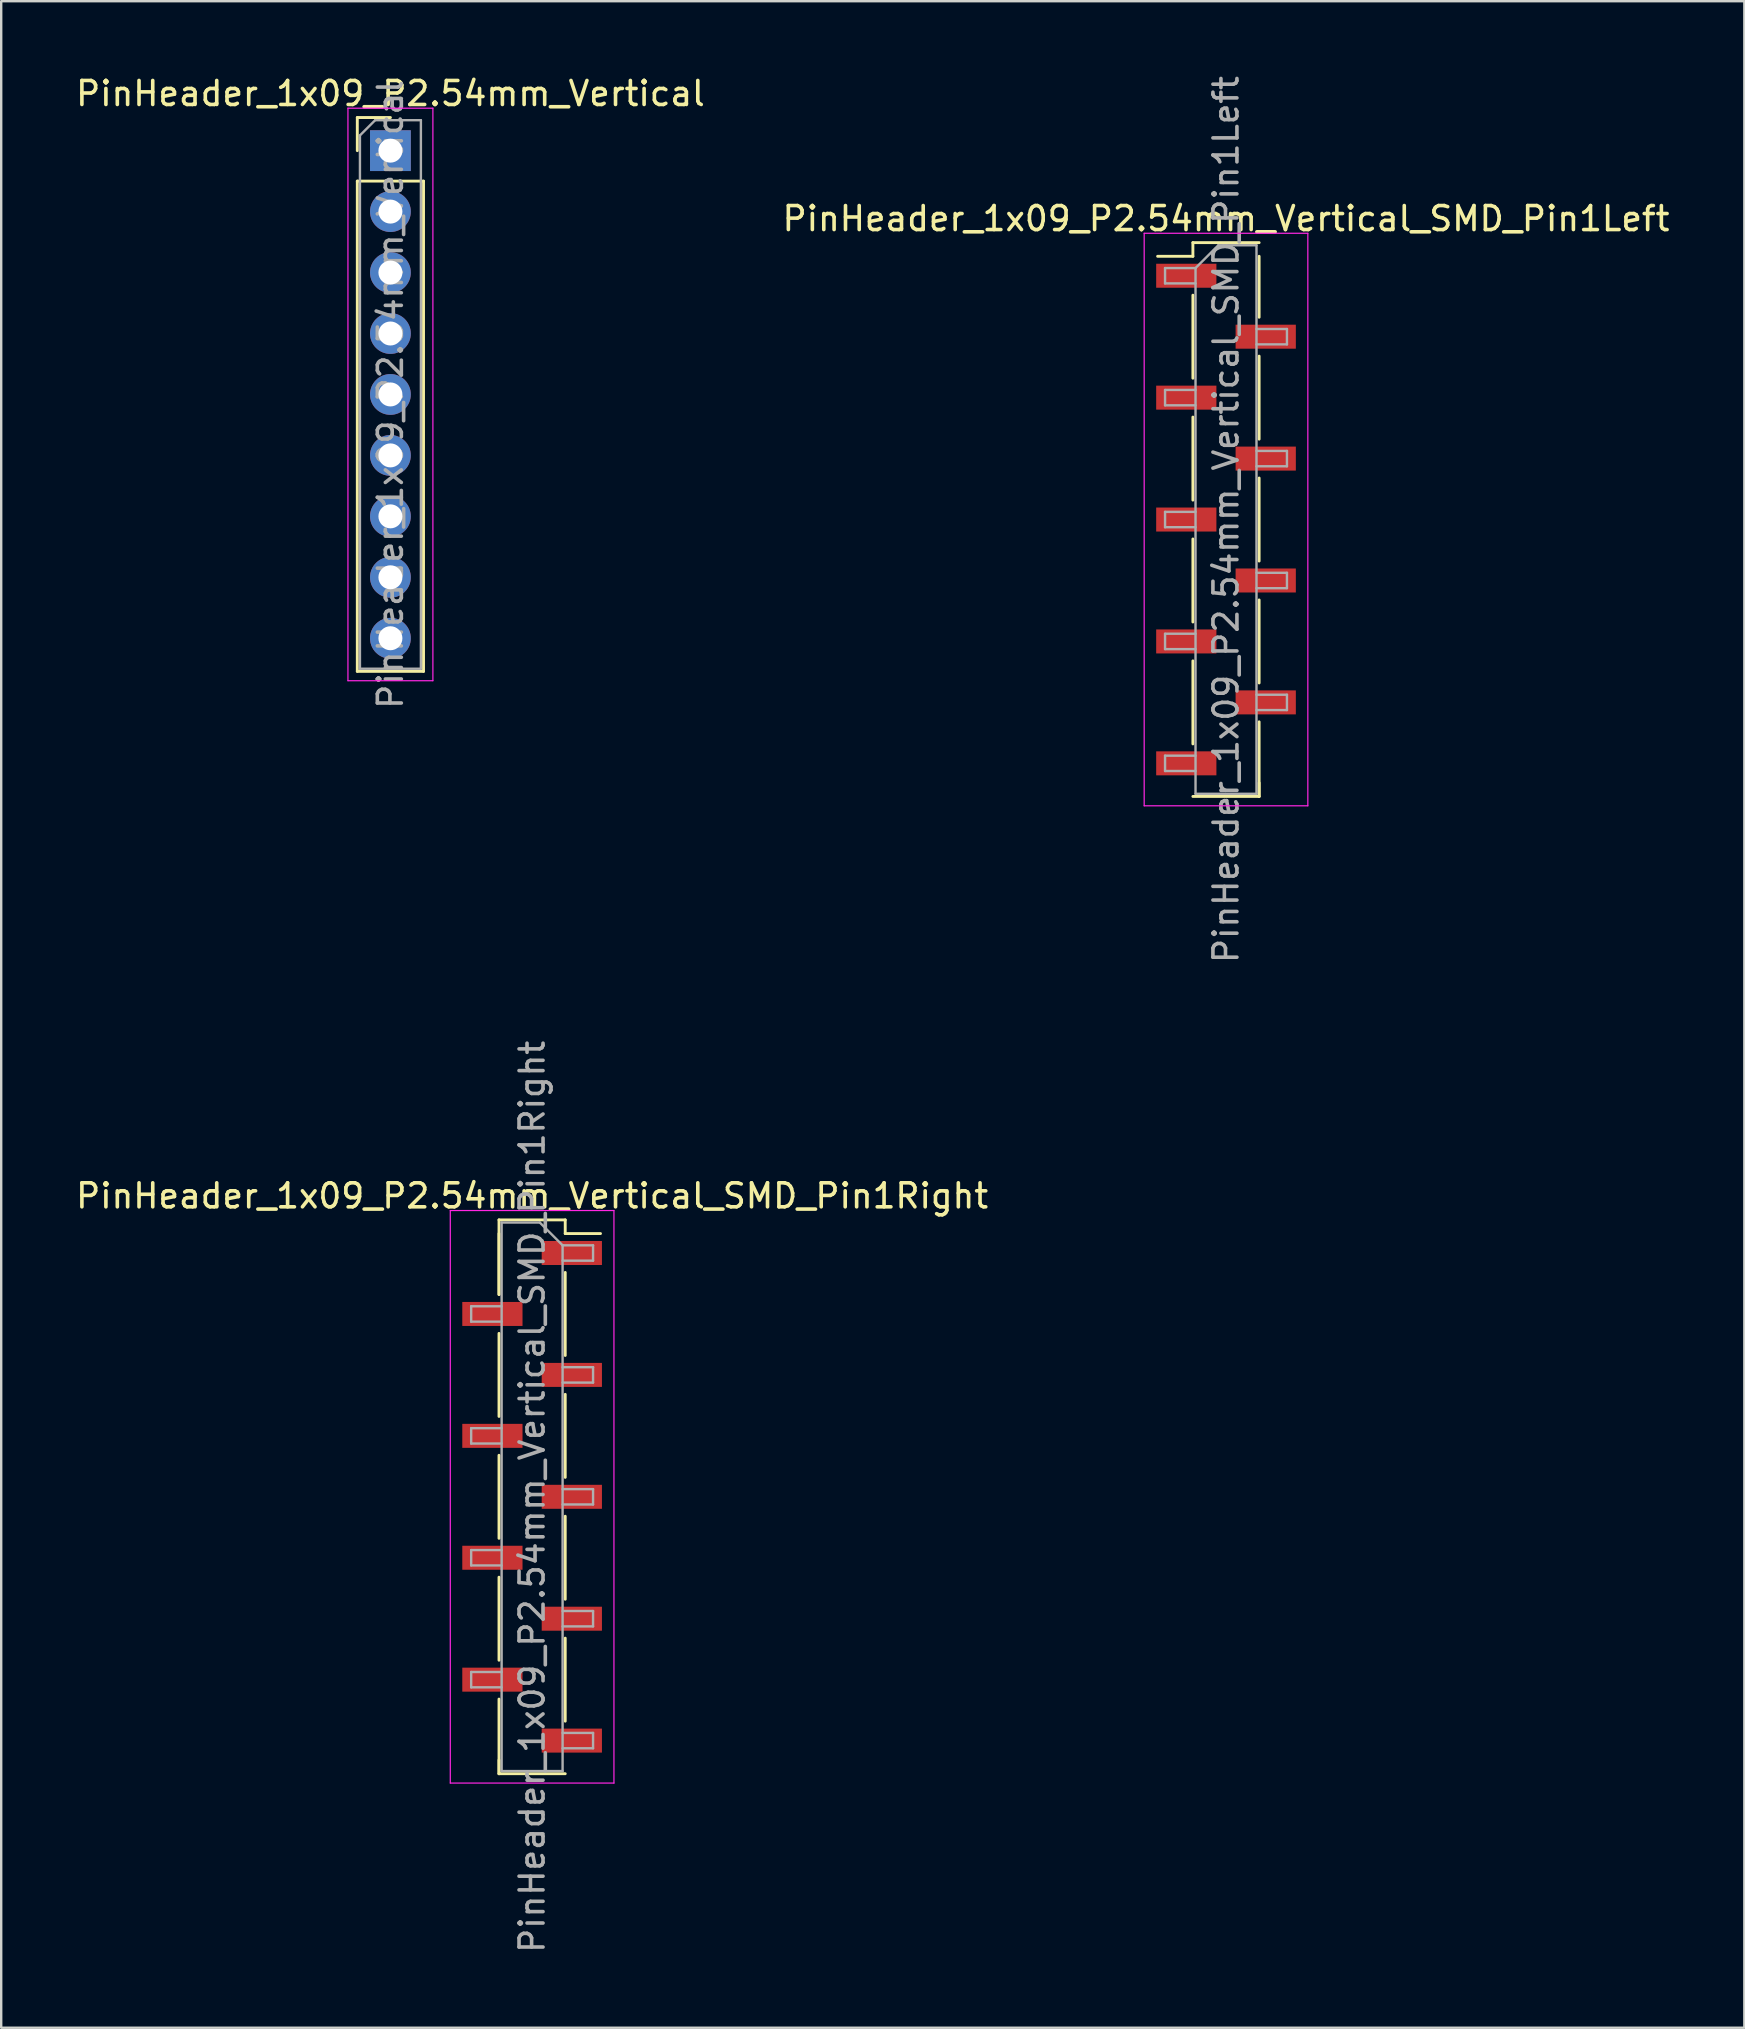
<source format=kicad_pcb>
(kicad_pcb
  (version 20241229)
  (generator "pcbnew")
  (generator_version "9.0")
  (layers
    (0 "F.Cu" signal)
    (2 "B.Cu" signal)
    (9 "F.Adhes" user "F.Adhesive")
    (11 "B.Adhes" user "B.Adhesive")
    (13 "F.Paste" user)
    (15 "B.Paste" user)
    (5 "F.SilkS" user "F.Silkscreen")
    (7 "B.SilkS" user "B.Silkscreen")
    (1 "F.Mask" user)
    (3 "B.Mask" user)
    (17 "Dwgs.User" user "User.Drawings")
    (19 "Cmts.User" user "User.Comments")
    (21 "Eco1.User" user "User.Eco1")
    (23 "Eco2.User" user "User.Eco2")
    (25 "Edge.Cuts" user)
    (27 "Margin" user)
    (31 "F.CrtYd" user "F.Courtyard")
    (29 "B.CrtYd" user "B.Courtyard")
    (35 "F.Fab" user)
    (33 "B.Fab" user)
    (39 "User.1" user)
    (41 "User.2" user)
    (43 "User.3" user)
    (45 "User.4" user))
  (footprint "PinHeader_1x09_P2.54mm_Vertical_SMD_Pin1Right"
    (layer "F.Cu")
    (at 19.125 59.327)
    (property "Reference" "PinHeader_1x09_P2.54mm_Vertical_SMD_Pin1Right" (at 0 -12.54 0) (layer "F.SilkS") (effects (font (size 1 1) (thickness 0.15))))
    (attr smd)
    (fp_line (start -1.38 -11.54) (end -1.38 -8.43) (stroke (width 0.12) (type solid)) (layer "F.SilkS"))
    (fp_line (start -1.38 -11.54) (end 1.38 -11.54) (stroke (width 0.12) (type solid)) (layer "F.SilkS"))
    (fp_line (start -1.38 -10.97) (end -1.38 -8.43) (stroke (width 0.12) (type solid)) (layer "F.SilkS"))
    (fp_line (start -1.38 -6.81) (end -1.38 -3.35) (stroke (width 0.12) (type solid)) (layer "F.SilkS"))
    (fp_line (start -1.38 -1.73) (end -1.38 1.73) (stroke (width 0.12) (type solid)) (layer "F.SilkS"))
    (fp_line (start -1.38 3.35) (end -1.38 6.81) (stroke (width 0.12) (type solid)) (layer "F.SilkS"))
    (fp_line (start -1.38 8.43) (end -1.38 11.54) (stroke (width 0.12) (type solid)) (layer "F.SilkS"))
    (fp_line (start -1.38 10.97) (end -1.38 11.54) (stroke (width 0.12) (type solid)) (layer "F.SilkS"))
    (fp_line (start -1.38 11.54) (end 1.38 11.54) (stroke (width 0.12) (type solid)) (layer "F.SilkS"))
    (fp_line (start 1.38 -11.54) (end 1.38 -10.97) (stroke (width 0.12) (type solid)) (layer "F.SilkS"))
    (fp_line (start 1.38 -10.97) (end 2.85 -10.97) (stroke (width 0.12) (type solid)) (layer "F.SilkS"))
    (fp_line (start 1.38 -9.35) (end 1.38 -5.89) (stroke (width 0.12) (type solid)) (layer "F.SilkS"))
    (fp_line (start 1.38 -4.27) (end 1.38 -0.81) (stroke (width 0.12) (type solid)) (layer "F.SilkS"))
    (fp_line (start 1.38 0.81) (end 1.38 4.27) (stroke (width 0.12) (type solid)) (layer "F.SilkS"))
    (fp_line (start 1.38 5.89) (end 1.38 9.35) (stroke (width 0.12) (type solid)) (layer "F.SilkS"))
    (fp_line (start -3.41 -11.93) (end -3.41 11.93) (stroke (width 0.05) (type solid)) (layer "F.CrtYd"))
    (fp_line (start -3.41 11.93) (end 3.41 11.93) (stroke (width 0.05) (type solid)) (layer "F.CrtYd"))
    (fp_line (start 3.41 -11.93) (end -3.41 -11.93) (stroke (width 0.05) (type solid)) (layer "F.CrtYd"))
    (fp_line (start 3.41 11.93) (end 3.41 -11.93) (stroke (width 0.05) (type solid)) (layer "F.CrtYd"))
    (fp_line (start -2.54 -7.94) (end -2.54 -7.3) (stroke (width 0.1) (type solid)) (layer "F.Fab"))
    (fp_line (start -2.54 -7.3) (end -1.27 -7.3) (stroke (width 0.1) (type solid)) (layer "F.Fab"))
    (fp_line (start -2.54 -2.86) (end -2.54 -2.22) (stroke (width 0.1) (type solid)) (layer "F.Fab"))
    (fp_line (start -2.54 -2.22) (end -1.27 -2.22) (stroke (width 0.1) (type solid)) (layer "F.Fab"))
    (fp_line (start -2.54 2.22) (end -2.54 2.86) (stroke (width 0.1) (type solid)) (layer "F.Fab"))
    (fp_line (start -2.54 2.86) (end -1.27 2.86) (stroke (width 0.1) (type solid)) (layer "F.Fab"))
    (fp_line (start -2.54 7.3) (end -2.54 7.94) (stroke (width 0.1) (type solid)) (layer "F.Fab"))
    (fp_line (start -2.54 7.94) (end -1.27 7.94) (stroke (width 0.1) (type solid)) (layer "F.Fab"))
    (fp_line (start -1.27 -11.43) (end -1.27 11.43) (stroke (width 0.1) (type solid)) (layer "F.Fab"))
    (fp_line (start -1.27 -11.43) (end 0.32 -11.43) (stroke (width 0.1) (type solid)) (layer "F.Fab"))
    (fp_line (start -1.27 -7.94) (end -2.54 -7.94) (stroke (width 0.1) (type solid)) (layer "F.Fab"))
    (fp_line (start -1.27 -2.86) (end -2.54 -2.86) (stroke (width 0.1) (type solid)) (layer "F.Fab"))
    (fp_line (start -1.27 2.22) (end -2.54 2.22) (stroke (width 0.1) (type solid)) (layer "F.Fab"))
    (fp_line (start -1.27 7.3) (end -2.54 7.3) (stroke (width 0.1) (type solid)) (layer "F.Fab"))
    (fp_line (start 1.27 -10.48) (end 0.32 -11.43) (stroke (width 0.1) (type solid)) (layer "F.Fab"))
    (fp_line (start 1.27 -10.48) (end 2.54 -10.48) (stroke (width 0.1) (type solid)) (layer "F.Fab"))
    (fp_line (start 1.27 -5.4) (end 2.54 -5.4) (stroke (width 0.1) (type solid)) (layer "F.Fab"))
    (fp_line (start 1.27 -0.32) (end 2.54 -0.32) (stroke (width 0.1) (type solid)) (layer "F.Fab"))
    (fp_line (start 1.27 4.76) (end 2.54 4.76) (stroke (width 0.1) (type solid)) (layer "F.Fab"))
    (fp_line (start 1.27 9.84) (end 2.54 9.84) (stroke (width 0.1) (type solid)) (layer "F.Fab"))
    (fp_line (start 1.27 11.43) (end -1.27 11.43) (stroke (width 0.1) (type solid)) (layer "F.Fab"))
    (fp_line (start 1.27 11.43) (end 1.27 -10.48) (stroke (width 0.1) (type solid)) (layer "F.Fab"))
    (fp_line (start 2.54 -10.48) (end 2.54 -9.84) (stroke (width 0.1) (type solid)) (layer "F.Fab"))
    (fp_line (start 2.54 -9.84) (end 1.27 -9.84) (stroke (width 0.1) (type solid)) (layer "F.Fab"))
    (fp_line (start 2.54 -5.4) (end 2.54 -4.76) (stroke (width 0.1) (type solid)) (layer "F.Fab"))
    (fp_line (start 2.54 -4.76) (end 1.27 -4.76) (stroke (width 0.1) (type solid)) (layer "F.Fab"))
    (fp_line (start 2.54 -0.32) (end 2.54 0.32) (stroke (width 0.1) (type solid)) (layer "F.Fab"))
    (fp_line (start 2.54 0.32) (end 1.27 0.32) (stroke (width 0.1) (type solid)) (layer "F.Fab"))
    (fp_line (start 2.54 4.76) (end 2.54 5.4) (stroke (width 0.1) (type solid)) (layer "F.Fab"))
    (fp_line (start 2.54 5.4) (end 1.27 5.4) (stroke (width 0.1) (type solid)) (layer "F.Fab"))
    (fp_line (start 2.54 9.84) (end 2.54 10.48) (stroke (width 0.1) (type solid)) (layer "F.Fab"))
    (fp_line (start 2.54 10.48) (end 1.27 10.48) (stroke (width 0.1) (type solid)) (layer "F.Fab"))
    (fp_text user "${REFERENCE}" (at 0 0 90) (layer "F.Fab") (effects (font (size 1 1) (thickness 0.15))))
    (pad "1" smd rect (at 1.655 -10.16) (size 2.51 1) (layers "F.Cu" "F.Mask" "F.Paste"))
    (pad "2" smd rect (at -1.655 -7.62) (size 2.51 1) (layers "F.Cu" "F.Mask" "F.Paste"))
    (pad "3" smd rect (at 1.655 -5.08) (size 2.51 1) (layers "F.Cu" "F.Mask" "F.Paste"))
    (pad "4" smd rect (at -1.655 -2.54) (size 2.51 1) (layers "F.Cu" "F.Mask" "F.Paste"))
    (pad "5" smd rect (at 1.655 0) (size 2.51 1) (layers "F.Cu" "F.Mask" "F.Paste"))
    (pad "6" smd rect (at -1.655 2.54) (size 2.51 1) (layers "F.Cu" "F.Mask" "F.Paste"))
    (pad "7" smd rect (at 1.655 5.08) (size 2.51 1) (layers "F.Cu" "F.Mask" "F.Paste"))
    (pad "8" smd rect (at -1.655 7.62) (size 2.51 1) (layers "F.Cu" "F.Mask" "F.Paste"))
    (pad "9" smd rect (at 1.655 10.16) (size 2.51 1) (layers "F.Cu" "F.Mask" "F.Paste")))
  (footprint "PinHeader_1x09_P2.54mm_Vertical_SMD_Pin1Left"
    (layer "F.Cu")
    (at 48.042 18.601)
    (property "Reference" "PinHeader_1x09_P2.54mm_Vertical_SMD_Pin1Left" (at 0 -12.54 0) (layer "F.SilkS") (effects (font (size 1 1) (thickness 0.15))))
    (attr smd)
    (fp_line (start -1.38 -11.54) (end -1.38 -10.97) (stroke (width 0.12) (type solid)) (layer "F.SilkS"))
    (fp_line (start -1.38 -11.54) (end 1.38 -11.54) (stroke (width 0.12) (type solid)) (layer "F.SilkS"))
    (fp_line (start -1.38 -10.97) (end -2.85 -10.97) (stroke (width 0.12) (type solid)) (layer "F.SilkS"))
    (fp_line (start -1.38 -9.35) (end -1.38 -5.89) (stroke (width 0.12) (type solid)) (layer "F.SilkS"))
    (fp_line (start -1.38 -4.27) (end -1.38 -0.81) (stroke (width 0.12) (type solid)) (layer "F.SilkS"))
    (fp_line (start -1.38 0.81) (end -1.38 4.27) (stroke (width 0.12) (type solid)) (layer "F.SilkS"))
    (fp_line (start -1.38 5.89) (end -1.38 9.35) (stroke (width 0.12) (type solid)) (layer "F.SilkS"))
    (fp_line (start -1.38 11.54) (end 1.38 11.54) (stroke (width 0.12) (type solid)) (layer "F.SilkS"))
    (fp_line (start 1.38 -10.97) (end 1.38 -8.43) (stroke (width 0.12) (type solid)) (layer "F.SilkS"))
    (fp_line (start 1.38 -6.81) (end 1.38 -3.35) (stroke (width 0.12) (type solid)) (layer "F.SilkS"))
    (fp_line (start 1.38 -1.73) (end 1.38 1.73) (stroke (width 0.12) (type solid)) (layer "F.SilkS"))
    (fp_line (start 1.38 3.35) (end 1.38 6.81) (stroke (width 0.12) (type solid)) (layer "F.SilkS"))
    (fp_line (start 1.38 8.43) (end 1.38 11.54) (stroke (width 0.12) (type solid)) (layer "F.SilkS"))
    (fp_line (start 1.38 10.97) (end 1.38 11.54) (stroke (width 0.12) (type solid)) (layer "F.SilkS"))
    (fp_line (start -3.41 -11.93) (end -3.41 11.93) (stroke (width 0.05) (type solid)) (layer "F.CrtYd"))
    (fp_line (start -3.41 11.93) (end 3.41 11.93) (stroke (width 0.05) (type solid)) (layer "F.CrtYd"))
    (fp_line (start 3.41 -11.93) (end -3.41 -11.93) (stroke (width 0.05) (type solid)) (layer "F.CrtYd"))
    (fp_line (start 3.41 11.93) (end 3.41 -11.93) (stroke (width 0.05) (type solid)) (layer "F.CrtYd"))
    (fp_line (start -2.54 -10.48) (end -2.54 -9.84) (stroke (width 0.1) (type solid)) (layer "F.Fab"))
    (fp_line (start -2.54 -9.84) (end -1.27 -9.84) (stroke (width 0.1) (type solid)) (layer "F.Fab"))
    (fp_line (start -2.54 -5.4) (end -2.54 -4.76) (stroke (width 0.1) (type solid)) (layer "F.Fab"))
    (fp_line (start -2.54 -4.76) (end -1.27 -4.76) (stroke (width 0.1) (type solid)) (layer "F.Fab"))
    (fp_line (start -2.54 -0.32) (end -2.54 0.32) (stroke (width 0.1) (type solid)) (layer "F.Fab"))
    (fp_line (start -2.54 0.32) (end -1.27 0.32) (stroke (width 0.1) (type solid)) (layer "F.Fab"))
    (fp_line (start -2.54 4.76) (end -2.54 5.4) (stroke (width 0.1) (type solid)) (layer "F.Fab"))
    (fp_line (start -2.54 5.4) (end -1.27 5.4) (stroke (width 0.1) (type solid)) (layer "F.Fab"))
    (fp_line (start -2.54 9.84) (end -2.54 10.48) (stroke (width 0.1) (type solid)) (layer "F.Fab"))
    (fp_line (start -2.54 10.48) (end -1.27 10.48) (stroke (width 0.1) (type solid)) (layer "F.Fab"))
    (fp_line (start -1.27 -10.48) (end -2.54 -10.48) (stroke (width 0.1) (type solid)) (layer "F.Fab"))
    (fp_line (start -1.27 -10.48) (end -0.32 -11.43) (stroke (width 0.1) (type solid)) (layer "F.Fab"))
    (fp_line (start -1.27 -5.4) (end -2.54 -5.4) (stroke (width 0.1) (type solid)) (layer "F.Fab"))
    (fp_line (start -1.27 -0.32) (end -2.54 -0.32) (stroke (width 0.1) (type solid)) (layer "F.Fab"))
    (fp_line (start -1.27 4.76) (end -2.54 4.76) (stroke (width 0.1) (type solid)) (layer "F.Fab"))
    (fp_line (start -1.27 9.84) (end -2.54 9.84) (stroke (width 0.1) (type solid)) (layer "F.Fab"))
    (fp_line (start -1.27 11.43) (end -1.27 -10.48) (stroke (width 0.1) (type solid)) (layer "F.Fab"))
    (fp_line (start -0.32 -11.43) (end 1.27 -11.43) (stroke (width 0.1) (type solid)) (layer "F.Fab"))
    (fp_line (start 1.27 -11.43) (end 1.27 11.43) (stroke (width 0.1) (type solid)) (layer "F.Fab"))
    (fp_line (start 1.27 -7.94) (end 2.54 -7.94) (stroke (width 0.1) (type solid)) (layer "F.Fab"))
    (fp_line (start 1.27 -2.86) (end 2.54 -2.86) (stroke (width 0.1) (type solid)) (layer "F.Fab"))
    (fp_line (start 1.27 2.22) (end 2.54 2.22) (stroke (width 0.1) (type solid)) (layer "F.Fab"))
    (fp_line (start 1.27 7.3) (end 2.54 7.3) (stroke (width 0.1) (type solid)) (layer "F.Fab"))
    (fp_line (start 1.27 11.43) (end -1.27 11.43) (stroke (width 0.1) (type solid)) (layer "F.Fab"))
    (fp_line (start 2.54 -7.94) (end 2.54 -7.3) (stroke (width 0.1) (type solid)) (layer "F.Fab"))
    (fp_line (start 2.54 -7.3) (end 1.27 -7.3) (stroke (width 0.1) (type solid)) (layer "F.Fab"))
    (fp_line (start 2.54 -2.86) (end 2.54 -2.22) (stroke (width 0.1) (type solid)) (layer "F.Fab"))
    (fp_line (start 2.54 -2.22) (end 1.27 -2.22) (stroke (width 0.1) (type solid)) (layer "F.Fab"))
    (fp_line (start 2.54 2.22) (end 2.54 2.86) (stroke (width 0.1) (type solid)) (layer "F.Fab"))
    (fp_line (start 2.54 2.86) (end 1.27 2.86) (stroke (width 0.1) (type solid)) (layer "F.Fab"))
    (fp_line (start 2.54 7.3) (end 2.54 7.94) (stroke (width 0.1) (type solid)) (layer "F.Fab"))
    (fp_line (start 2.54 7.94) (end 1.27 7.94) (stroke (width 0.1) (type solid)) (layer "F.Fab"))
    (fp_text user "${REFERENCE}" (at 0 0 90) (layer "F.Fab") (effects (font (size 1 1) (thickness 0.15))))
    (pad "1" smd rect (at -1.655 -10.16) (size 2.51 1) (layers "F.Cu" "F.Mask" "F.Paste"))
    (pad "2" smd rect (at 1.655 -7.62) (size 2.51 1) (layers "F.Cu" "F.Mask" "F.Paste"))
    (pad "3" smd rect (at -1.655 -5.08) (size 2.51 1) (layers "F.Cu" "F.Mask" "F.Paste"))
    (pad "4" smd rect (at 1.655 -2.54) (size 2.51 1) (layers "F.Cu" "F.Mask" "F.Paste"))
    (pad "5" smd rect (at -1.655 0) (size 2.51 1) (layers "F.Cu" "F.Mask" "F.Paste"))
    (pad "6" smd rect (at 1.655 2.54) (size 2.51 1) (layers "F.Cu" "F.Mask" "F.Paste"))
    (pad "7" smd rect (at -1.655 5.08) (size 2.51 1) (layers "F.Cu" "F.Mask" "F.Paste"))
    (pad "8" smd rect (at 1.655 7.62) (size 2.51 1) (layers "F.Cu" "F.Mask" "F.Paste"))
    (pad "9" smd rect (at -1.655 10.16) (size 2.51 1) (layers "F.Cu" "F.Mask" "F.Paste")))
  (footprint "PinHeader_1x09_P2.54mm_Vertical"
    (layer "F.Cu")
    (at 13.22 3.228)
    (property "Reference" "PinHeader_1x09_P2.54mm_Vertical" (at 0 -2.38 0) (layer "F.SilkS") (effects (font (size 1 1) (thickness 0.15))))
    (attr through_hole)
    (fp_line (start -1.38 -1.38) (end 0 -1.38) (stroke (width 0.12) (type solid)) (layer "F.SilkS"))
    (fp_line (start -1.38 0) (end -1.38 -1.38) (stroke (width 0.12) (type solid)) (layer "F.SilkS"))
    (fp_line (start -1.38 1.27) (end -1.38 21.7) (stroke (width 0.12) (type solid)) (layer "F.SilkS"))
    (fp_line (start -1.38 1.27) (end 1.38 1.27) (stroke (width 0.12) (type solid)) (layer "F.SilkS"))
    (fp_line (start -1.38 21.7) (end 1.38 21.7) (stroke (width 0.12) (type solid)) (layer "F.SilkS"))
    (fp_line (start 1.38 1.27) (end 1.38 21.7) (stroke (width 0.12) (type solid)) (layer "F.SilkS"))
    (fp_line (start -1.77 -1.77) (end -1.77 22.09) (stroke (width 0.05) (type solid)) (layer "F.CrtYd"))
    (fp_line (start -1.77 22.09) (end 1.77 22.09) (stroke (width 0.05) (type solid)) (layer "F.CrtYd"))
    (fp_line (start 1.77 -1.77) (end -1.77 -1.77) (stroke (width 0.05) (type solid)) (layer "F.CrtYd"))
    (fp_line (start 1.77 22.09) (end 1.77 -1.77) (stroke (width 0.05) (type solid)) (layer "F.CrtYd"))
    (fp_line (start -1.27 -0.635) (end -0.635 -1.27) (stroke (width 0.1) (type solid)) (layer "F.Fab"))
    (fp_line (start -1.27 21.59) (end -1.27 -0.635) (stroke (width 0.1) (type solid)) (layer "F.Fab"))
    (fp_line (start -0.635 -1.27) (end 1.27 -1.27) (stroke (width 0.1) (type solid)) (layer "F.Fab"))
    (fp_line (start 1.27 -1.27) (end 1.27 21.59) (stroke (width 0.1) (type solid)) (layer "F.Fab"))
    (fp_line (start 1.27 21.59) (end -1.27 21.59) (stroke (width 0.1) (type solid)) (layer "F.Fab"))
    (fp_text user "${REFERENCE}" (at 0 10.16 90) (layer "F.Fab") (effects (font (size 1 1) (thickness 0.15))))
    (pad "1" thru_hole rect (at 0 0) (size 1.7 1.7) (drill 1) (layers "*.Cu" "*.Mask"))
    (pad "2" thru_hole circle (at 0 2.54) (size 1.7 1.7) (drill 1) (layers "*.Cu" "*.Mask"))
    (pad "3" thru_hole circle (at 0 5.08) (size 1.7 1.7) (drill 1) (layers "*.Cu" "*.Mask"))
    (pad "4" thru_hole circle (at 0 7.62) (size 1.7 1.7) (drill 1) (layers "*.Cu" "*.Mask"))
    (pad "5" thru_hole circle (at 0 10.16) (size 1.7 1.7) (drill 1) (layers "*.Cu" "*.Mask"))
    (pad "6" thru_hole circle (at 0 12.7) (size 1.7 1.7) (drill 1) (layers "*.Cu" "*.Mask"))
    (pad "7" thru_hole circle (at 0 15.24) (size 1.7 1.7) (drill 1) (layers "*.Cu" "*.Mask"))
    (pad "8" thru_hole circle (at 0 17.78) (size 1.7 1.7) (drill 1) (layers "*.Cu" "*.Mask"))
    (pad "9" thru_hole circle (at 0 20.32) (size 1.7 1.7) (drill 1) (layers "*.Cu" "*.Mask")))
  (gr_rect
    (start -3 -3)
    (end 69.643 81.452)
    (stroke (width 0.1) (type default))
    (fill no)
    (layer "Edge.Cuts")))
</source>
